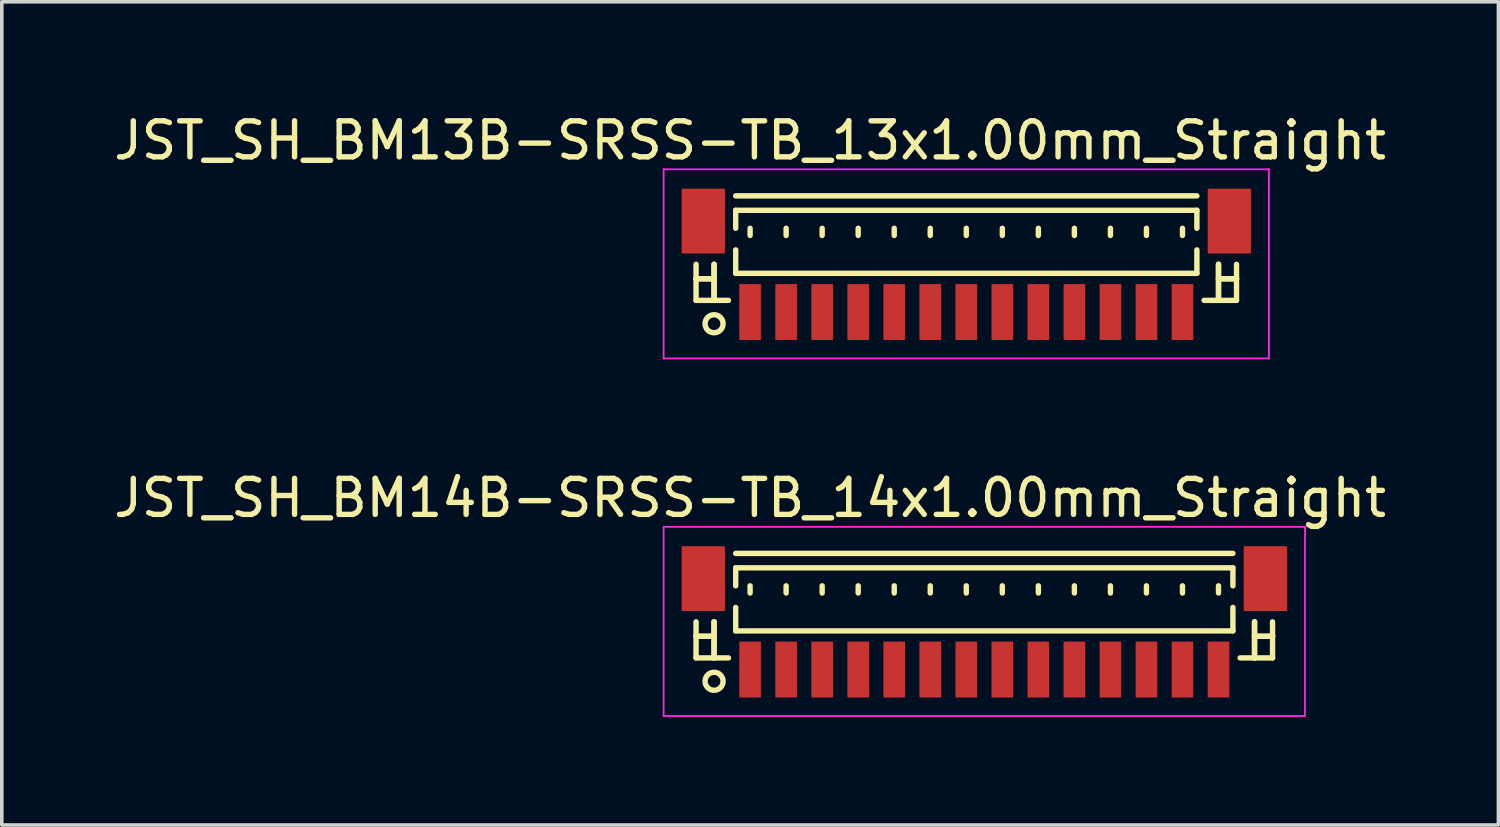
<source format=kicad_pcb>
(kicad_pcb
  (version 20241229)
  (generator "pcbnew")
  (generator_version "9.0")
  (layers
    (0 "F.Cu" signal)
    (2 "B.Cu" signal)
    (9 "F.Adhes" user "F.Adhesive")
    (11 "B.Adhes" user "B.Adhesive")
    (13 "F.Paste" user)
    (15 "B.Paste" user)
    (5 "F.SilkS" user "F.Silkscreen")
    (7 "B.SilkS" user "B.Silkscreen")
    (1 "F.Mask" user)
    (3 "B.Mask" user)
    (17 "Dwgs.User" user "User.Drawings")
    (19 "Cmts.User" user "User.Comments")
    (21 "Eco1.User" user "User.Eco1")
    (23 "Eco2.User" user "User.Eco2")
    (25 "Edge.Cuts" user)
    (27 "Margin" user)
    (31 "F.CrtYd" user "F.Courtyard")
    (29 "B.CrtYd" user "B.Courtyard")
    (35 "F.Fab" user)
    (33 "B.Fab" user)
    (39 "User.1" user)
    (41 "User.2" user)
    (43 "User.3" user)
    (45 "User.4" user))
  (footprint "JST_SH_BM13B-SRSS-TB_13x1.00mm_Straight"
    (layer "F.Cu")
    (at 23.768 4.348)
    (property "Reference" "JST_SH_BM13B-SRSS-TB_13x1.00mm_Straight" (at -6 -3.5 0) (layer "F.SilkS") (effects (font (size 1 1) (thickness 0.15))))
    (attr smd)
    (fp_line (start -7.5 -0.062) (end -7.5 0.938) (stroke (width 0.15) (type solid)) (layer "F.SilkS"))
    (fp_line (start -7.5 0.338) (end -7.5 0.338) (stroke (width 0.15) (type solid)) (layer "F.SilkS"))
    (fp_line (start -7.5 0.338) (end -7 0.338) (stroke (width 0.15) (type solid)) (layer "F.SilkS"))
    (fp_line (start -7.5 0.938) (end -6.6 0.938) (stroke (width 0.15) (type solid)) (layer "F.SilkS"))
    (fp_line (start -7 -0.062) (end -7 -0.062) (stroke (width 0.15) (type solid)) (layer "F.SilkS"))
    (fp_line (start -7 -0.062) (end -7 0.938) (stroke (width 0.15) (type solid)) (layer "F.SilkS"))
    (fp_line (start -7 0.338) (end -7.5 0.338) (stroke (width 0.15) (type solid)) (layer "F.SilkS"))
    (fp_line (start -7 0.338) (end -7 0.338) (stroke (width 0.15) (type solid)) (layer "F.SilkS"))
    (fp_line (start -7 0.938) (end -7 -0.062) (stroke (width 0.15) (type solid)) (layer "F.SilkS"))
    (fp_line (start -7 0.938) (end -7 0.938) (stroke (width 0.15) (type solid)) (layer "F.SilkS"))
    (fp_line (start -6.4 -1.962) (end 6.4 -1.962) (stroke (width 0.15) (type solid)) (layer "F.SilkS"))
    (fp_line (start -6.4 -1.562) (end 6.4 -1.562) (stroke (width 0.15) (type solid)) (layer "F.SilkS"))
    (fp_line (start -6.4 -1.062) (end -6.4 -1.562) (stroke (width 0.15) (type solid)) (layer "F.SilkS"))
    (fp_line (start -6.4 -0.463) (end -6.4 0.188) (stroke (width 0.15) (type solid)) (layer "F.SilkS"))
    (fp_line (start -6.4 0.188) (end 6.4 0.188) (stroke (width 0.15) (type solid)) (layer "F.SilkS"))
    (fp_line (start -6 -1.062) (end -6 -0.863) (stroke (width 0.15) (type solid)) (layer "F.SilkS"))
    (fp_line (start -5 -1.062) (end -5 -0.863) (stroke (width 0.15) (type solid)) (layer "F.SilkS"))
    (fp_line (start -4 -1.062) (end -4 -0.863) (stroke (width 0.15) (type solid)) (layer "F.SilkS"))
    (fp_line (start -3 -1.062) (end -3 -0.863) (stroke (width 0.15) (type solid)) (layer "F.SilkS"))
    (fp_line (start -2 -1.062) (end -2 -0.863) (stroke (width 0.15) (type solid)) (layer "F.SilkS"))
    (fp_line (start -1 -1.062) (end -1 -0.863) (stroke (width 0.15) (type solid)) (layer "F.SilkS"))
    (fp_line (start 0 -1.062) (end 0 -0.863) (stroke (width 0.15) (type solid)) (layer "F.SilkS"))
    (fp_line (start 1 -1.062) (end 1 -0.863) (stroke (width 0.15) (type solid)) (layer "F.SilkS"))
    (fp_line (start 2 -1.062) (end 2 -0.863) (stroke (width 0.15) (type solid)) (layer "F.SilkS"))
    (fp_line (start 3 -1.062) (end 3 -0.863) (stroke (width 0.15) (type solid)) (layer "F.SilkS"))
    (fp_line (start 4 -1.062) (end 4 -0.863) (stroke (width 0.15) (type solid)) (layer "F.SilkS"))
    (fp_line (start 5 -1.062) (end 5 -0.863) (stroke (width 0.15) (type solid)) (layer "F.SilkS"))
    (fp_line (start 6 -1.062) (end 6 -0.863) (stroke (width 0.15) (type solid)) (layer "F.SilkS"))
    (fp_line (start 6.4 -1.562) (end 6.4 -1.062) (stroke (width 0.15) (type solid)) (layer "F.SilkS"))
    (fp_line (start 6.4 0.188) (end 6.4 -0.463) (stroke (width 0.15) (type solid)) (layer "F.SilkS"))
    (fp_line (start 7 -0.062) (end 7 -0.062) (stroke (width 0.15) (type solid)) (layer "F.SilkS"))
    (fp_line (start 7 -0.062) (end 7 0.938) (stroke (width 0.15) (type solid)) (layer "F.SilkS"))
    (fp_line (start 7 0.338) (end 7 0.338) (stroke (width 0.15) (type solid)) (layer "F.SilkS"))
    (fp_line (start 7 0.338) (end 7.5 0.338) (stroke (width 0.15) (type solid)) (layer "F.SilkS"))
    (fp_line (start 7 0.938) (end 7 -0.062) (stroke (width 0.15) (type solid)) (layer "F.SilkS"))
    (fp_line (start 7 0.938) (end 7 0.938) (stroke (width 0.15) (type solid)) (layer "F.SilkS"))
    (fp_line (start 7.5 -0.062) (end 7.5 0.938) (stroke (width 0.15) (type solid)) (layer "F.SilkS"))
    (fp_line (start 7.5 0.338) (end 7 0.338) (stroke (width 0.15) (type solid)) (layer "F.SilkS"))
    (fp_line (start 7.5 0.338) (end 7.5 0.338) (stroke (width 0.15) (type solid)) (layer "F.SilkS"))
    (fp_line (start 7.5 0.938) (end 6.6 0.938) (stroke (width 0.15) (type solid)) (layer "F.SilkS"))
    (fp_circle (center -7 1.587) (end -6.75 1.587) (stroke (width 0.15) (type solid)) (fill no) (layer "F.SilkS"))
    (fp_line (start -8.4 -2.7) (end 8.4 -2.7) (stroke (width 0.05) (type solid)) (layer "F.CrtYd"))
    (fp_line (start -8.4 2.55) (end -8.4 -2.7) (stroke (width 0.05) (type solid)) (layer "F.CrtYd"))
    (fp_line (start 8.4 -2.7) (end 8.4 2.55) (stroke (width 0.05) (type solid)) (layer "F.CrtYd"))
    (fp_line (start 8.4 2.55) (end -8.4 2.55) (stroke (width 0.05) (type solid)) (layer "F.CrtYd"))
    (pad "" smd rect (at -7.3 -1.262) (size 1.2 1.8) (layers "F.Cu" "F.Mask" "F.Paste"))
    (pad "" smd rect (at 7.3 -1.262) (size 1.2 1.8) (layers "F.Cu" "F.Mask" "F.Paste"))
    (pad "1" smd rect (at -6 1.262) (size 0.6 1.55) (layers "F.Cu" "F.Mask" "F.Paste"))
    (pad "2" smd rect (at -5 1.262) (size 0.6 1.55) (layers "F.Cu" "F.Mask" "F.Paste"))
    (pad "3" smd rect (at -4 1.262) (size 0.6 1.55) (layers "F.Cu" "F.Mask" "F.Paste"))
    (pad "4" smd rect (at -3 1.262) (size 0.6 1.55) (layers "F.Cu" "F.Mask" "F.Paste"))
    (pad "5" smd rect (at -2 1.262) (size 0.6 1.55) (layers "F.Cu" "F.Mask" "F.Paste"))
    (pad "6" smd rect (at -1 1.262) (size 0.6 1.55) (layers "F.Cu" "F.Mask" "F.Paste"))
    (pad "7" smd rect (at 0 1.262) (size 0.6 1.55) (layers "F.Cu" "F.Mask" "F.Paste"))
    (pad "8" smd rect (at 1 1.262) (size 0.6 1.55) (layers "F.Cu" "F.Mask" "F.Paste"))
    (pad "9" smd rect (at 2 1.262) (size 0.6 1.55) (layers "F.Cu" "F.Mask" "F.Paste"))
    (pad "10" smd rect (at 3 1.262) (size 0.6 1.55) (layers "F.Cu" "F.Mask" "F.Paste"))
    (pad "11" smd rect (at 4 1.262) (size 0.6 1.55) (layers "F.Cu" "F.Mask" "F.Paste"))
    (pad "12" smd rect (at 5 1.262) (size 0.6 1.55) (layers "F.Cu" "F.Mask" "F.Paste"))
    (pad "13" smd rect (at 6 1.262) (size 0.6 1.55) (layers "F.Cu" "F.Mask" "F.Paste")))
  (footprint "JST_SH_BM14B-SRSS-TB_14x1.00mm_Straight"
    (layer "F.Cu")
    (at 24.268 14.271)
    (property "Reference" "JST_SH_BM14B-SRSS-TB_14x1.00mm_Straight" (at -6.5 -3.5 0) (layer "F.SilkS") (effects (font (size 1 1) (thickness 0.15))))
    (attr smd)
    (fp_line (start -8 -0.062) (end -8 0.938) (stroke (width 0.15) (type solid)) (layer "F.SilkS"))
    (fp_line (start -8 0.338) (end -8 0.338) (stroke (width 0.15) (type solid)) (layer "F.SilkS"))
    (fp_line (start -8 0.338) (end -7.5 0.338) (stroke (width 0.15) (type solid)) (layer "F.SilkS"))
    (fp_line (start -8 0.938) (end -7.1 0.938) (stroke (width 0.15) (type solid)) (layer "F.SilkS"))
    (fp_line (start -7.5 -0.062) (end -7.5 -0.062) (stroke (width 0.15) (type solid)) (layer "F.SilkS"))
    (fp_line (start -7.5 -0.062) (end -7.5 0.938) (stroke (width 0.15) (type solid)) (layer "F.SilkS"))
    (fp_line (start -7.5 0.338) (end -8 0.338) (stroke (width 0.15) (type solid)) (layer "F.SilkS"))
    (fp_line (start -7.5 0.338) (end -7.5 0.338) (stroke (width 0.15) (type solid)) (layer "F.SilkS"))
    (fp_line (start -7.5 0.938) (end -7.5 -0.062) (stroke (width 0.15) (type solid)) (layer "F.SilkS"))
    (fp_line (start -7.5 0.938) (end -7.5 0.938) (stroke (width 0.15) (type solid)) (layer "F.SilkS"))
    (fp_line (start -6.9 -1.962) (end 6.9 -1.962) (stroke (width 0.15) (type solid)) (layer "F.SilkS"))
    (fp_line (start -6.9 -1.562) (end 6.9 -1.562) (stroke (width 0.15) (type solid)) (layer "F.SilkS"))
    (fp_line (start -6.9 -1.062) (end -6.9 -1.562) (stroke (width 0.15) (type solid)) (layer "F.SilkS"))
    (fp_line (start -6.9 -0.463) (end -6.9 0.188) (stroke (width 0.15) (type solid)) (layer "F.SilkS"))
    (fp_line (start -6.9 0.188) (end 6.9 0.188) (stroke (width 0.15) (type solid)) (layer "F.SilkS"))
    (fp_line (start -6.5 -1.062) (end -6.5 -0.863) (stroke (width 0.15) (type solid)) (layer "F.SilkS"))
    (fp_line (start -5.5 -1.062) (end -5.5 -0.863) (stroke (width 0.15) (type solid)) (layer "F.SilkS"))
    (fp_line (start -4.5 -1.062) (end -4.5 -0.863) (stroke (width 0.15) (type solid)) (layer "F.SilkS"))
    (fp_line (start -3.5 -1.062) (end -3.5 -0.863) (stroke (width 0.15) (type solid)) (layer "F.SilkS"))
    (fp_line (start -2.5 -1.062) (end -2.5 -0.863) (stroke (width 0.15) (type solid)) (layer "F.SilkS"))
    (fp_line (start -1.5 -1.062) (end -1.5 -0.863) (stroke (width 0.15) (type solid)) (layer "F.SilkS"))
    (fp_line (start -0.5 -1.062) (end -0.5 -0.863) (stroke (width 0.15) (type solid)) (layer "F.SilkS"))
    (fp_line (start 0.5 -1.062) (end 0.5 -0.863) (stroke (width 0.15) (type solid)) (layer "F.SilkS"))
    (fp_line (start 1.5 -1.062) (end 1.5 -0.863) (stroke (width 0.15) (type solid)) (layer "F.SilkS"))
    (fp_line (start 2.5 -1.062) (end 2.5 -0.863) (stroke (width 0.15) (type solid)) (layer "F.SilkS"))
    (fp_line (start 3.5 -1.062) (end 3.5 -0.863) (stroke (width 0.15) (type solid)) (layer "F.SilkS"))
    (fp_line (start 4.5 -1.062) (end 4.5 -0.863) (stroke (width 0.15) (type solid)) (layer "F.SilkS"))
    (fp_line (start 5.5 -1.062) (end 5.5 -0.863) (stroke (width 0.15) (type solid)) (layer "F.SilkS"))
    (fp_line (start 6.5 -1.062) (end 6.5 -0.863) (stroke (width 0.15) (type solid)) (layer "F.SilkS"))
    (fp_line (start 6.9 -1.562) (end 6.9 -1.062) (stroke (width 0.15) (type solid)) (layer "F.SilkS"))
    (fp_line (start 6.9 0.188) (end 6.9 -0.463) (stroke (width 0.15) (type solid)) (layer "F.SilkS"))
    (fp_line (start 7.5 -0.062) (end 7.5 -0.062) (stroke (width 0.15) (type solid)) (layer "F.SilkS"))
    (fp_line (start 7.5 -0.062) (end 7.5 0.938) (stroke (width 0.15) (type solid)) (layer "F.SilkS"))
    (fp_line (start 7.5 0.338) (end 7.5 0.338) (stroke (width 0.15) (type solid)) (layer "F.SilkS"))
    (fp_line (start 7.5 0.338) (end 8 0.338) (stroke (width 0.15) (type solid)) (layer "F.SilkS"))
    (fp_line (start 7.5 0.938) (end 7.5 -0.062) (stroke (width 0.15) (type solid)) (layer "F.SilkS"))
    (fp_line (start 7.5 0.938) (end 7.5 0.938) (stroke (width 0.15) (type solid)) (layer "F.SilkS"))
    (fp_line (start 8 -0.062) (end 8 0.938) (stroke (width 0.15) (type solid)) (layer "F.SilkS"))
    (fp_line (start 8 0.338) (end 7.5 0.338) (stroke (width 0.15) (type solid)) (layer "F.SilkS"))
    (fp_line (start 8 0.338) (end 8 0.338) (stroke (width 0.15) (type solid)) (layer "F.SilkS"))
    (fp_line (start 8 0.938) (end 7.1 0.938) (stroke (width 0.15) (type solid)) (layer "F.SilkS"))
    (fp_circle (center -7.5 1.587) (end -7.25 1.587) (stroke (width 0.15) (type solid)) (fill no) (layer "F.SilkS"))
    (fp_line (start -8.9 -2.7) (end 8.9 -2.7) (stroke (width 0.05) (type solid)) (layer "F.CrtYd"))
    (fp_line (start -8.9 2.55) (end -8.9 -2.7) (stroke (width 0.05) (type solid)) (layer "F.CrtYd"))
    (fp_line (start 8.9 -2.7) (end 8.9 2.55) (stroke (width 0.05) (type solid)) (layer "F.CrtYd"))
    (fp_line (start 8.9 2.55) (end -8.9 2.55) (stroke (width 0.05) (type solid)) (layer "F.CrtYd"))
    (pad "" smd rect (at -7.8 -1.262) (size 1.2 1.8) (layers "F.Cu" "F.Mask" "F.Paste"))
    (pad "" smd rect (at 7.8 -1.262) (size 1.2 1.8) (layers "F.Cu" "F.Mask" "F.Paste"))
    (pad "1" smd rect (at -6.5 1.262) (size 0.6 1.55) (layers "F.Cu" "F.Mask" "F.Paste"))
    (pad "2" smd rect (at -5.5 1.262) (size 0.6 1.55) (layers "F.Cu" "F.Mask" "F.Paste"))
    (pad "3" smd rect (at -4.5 1.262) (size 0.6 1.55) (layers "F.Cu" "F.Mask" "F.Paste"))
    (pad "4" smd rect (at -3.5 1.262) (size 0.6 1.55) (layers "F.Cu" "F.Mask" "F.Paste"))
    (pad "5" smd rect (at -2.5 1.262) (size 0.6 1.55) (layers "F.Cu" "F.Mask" "F.Paste"))
    (pad "6" smd rect (at -1.5 1.262) (size 0.6 1.55) (layers "F.Cu" "F.Mask" "F.Paste"))
    (pad "7" smd rect (at -0.5 1.262) (size 0.6 1.55) (layers "F.Cu" "F.Mask" "F.Paste"))
    (pad "8" smd rect (at 0.5 1.262) (size 0.6 1.55) (layers "F.Cu" "F.Mask" "F.Paste"))
    (pad "9" smd rect (at 1.5 1.262) (size 0.6 1.55) (layers "F.Cu" "F.Mask" "F.Paste"))
    (pad "10" smd rect (at 2.5 1.262) (size 0.6 1.55) (layers "F.Cu" "F.Mask" "F.Paste"))
    (pad "11" smd rect (at 3.5 1.262) (size 0.6 1.55) (layers "F.Cu" "F.Mask" "F.Paste"))
    (pad "12" smd rect (at 4.5 1.262) (size 0.6 1.55) (layers "F.Cu" "F.Mask" "F.Paste"))
    (pad "13" smd rect (at 5.5 1.262) (size 0.6 1.55) (layers "F.Cu" "F.Mask" "F.Paste"))
    (pad "14" smd rect (at 6.5 1.262) (size 0.6 1.55) (layers "F.Cu" "F.Mask" "F.Paste")))
  (gr_rect
    (start -3 -3)
    (end 38.536 19.846)
    (stroke (width 0.1) (type default))
    (fill no)
    (layer "Edge.Cuts")))
</source>
